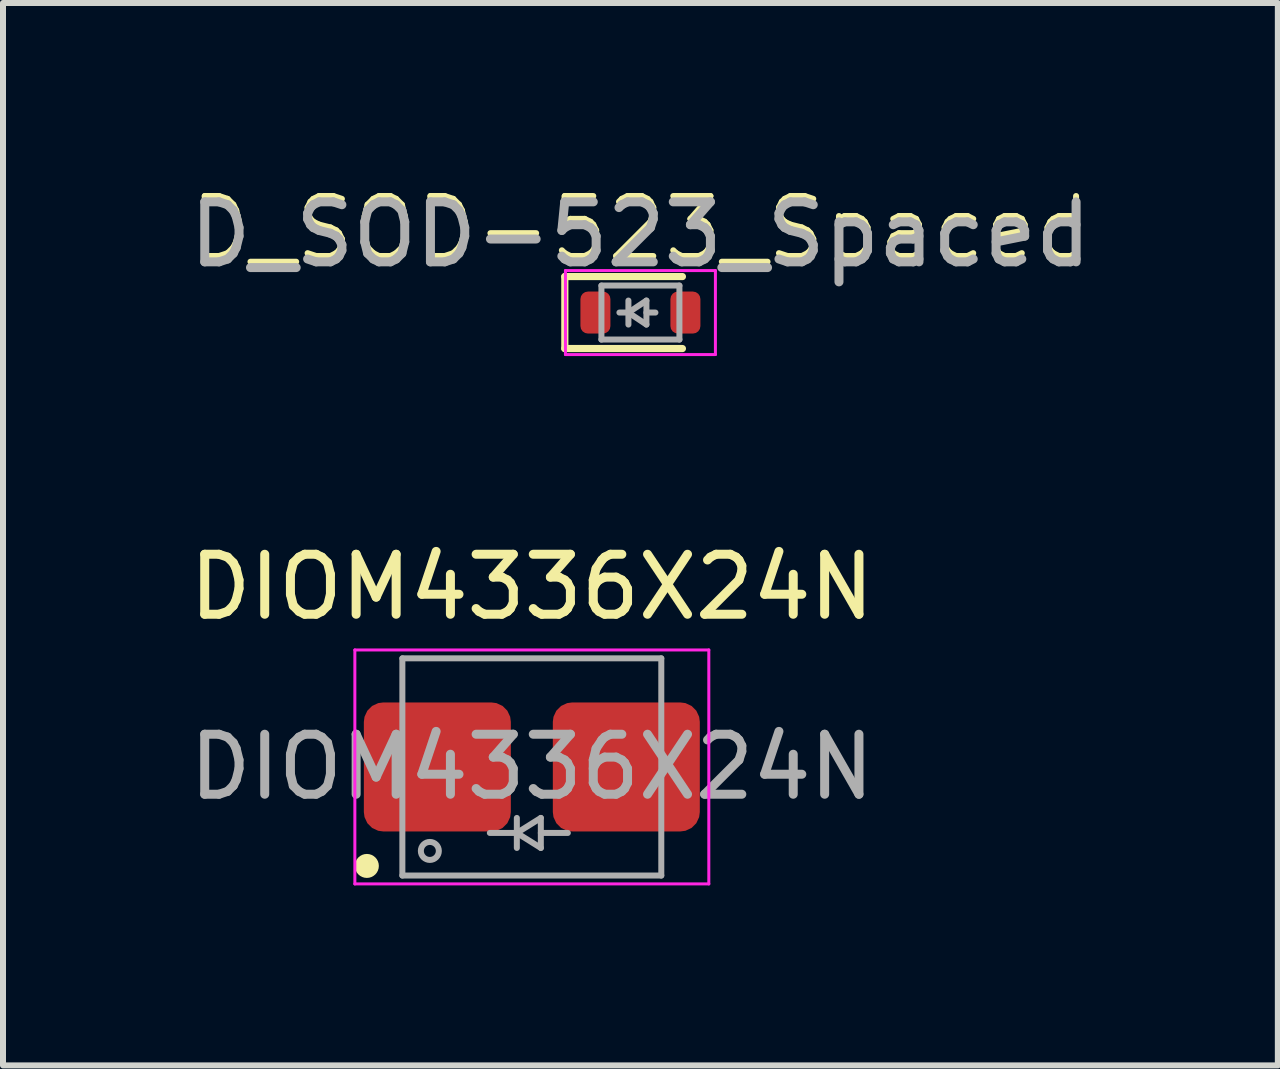
<source format=kicad_pcb>
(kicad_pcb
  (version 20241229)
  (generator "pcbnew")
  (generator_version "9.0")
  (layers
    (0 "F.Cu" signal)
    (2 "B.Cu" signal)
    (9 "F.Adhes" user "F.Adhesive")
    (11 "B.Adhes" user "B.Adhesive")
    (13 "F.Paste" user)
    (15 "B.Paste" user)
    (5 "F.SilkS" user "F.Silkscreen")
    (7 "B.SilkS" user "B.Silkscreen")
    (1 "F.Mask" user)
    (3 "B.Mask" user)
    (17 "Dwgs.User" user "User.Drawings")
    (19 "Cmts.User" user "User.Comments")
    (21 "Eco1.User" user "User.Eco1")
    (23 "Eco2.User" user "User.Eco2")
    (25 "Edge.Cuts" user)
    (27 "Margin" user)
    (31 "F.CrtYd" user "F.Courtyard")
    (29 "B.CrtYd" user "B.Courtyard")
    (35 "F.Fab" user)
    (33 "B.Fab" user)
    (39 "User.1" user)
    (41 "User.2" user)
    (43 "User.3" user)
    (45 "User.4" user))
  (footprint "DIOM4336X24N"
    (layer "F.Cu")
    (at 5.815 9.734)
    (property "Reference" "DIOM4336X24N" (at 0 -3 0) (layer "F.SilkS") (effects (font (size 1 1) (thickness 0.15))))
    (attr smd)
    (fp_circle (center -2.75 1.65) (end -2.6 1.65) (stroke (width 0.1) (type solid)) (fill yes) (layer "F.SilkS"))
    (fp_line (start -2.95 -1.95) (end 2.95 -1.95) (stroke (width 0.05) (type solid)) (layer "F.CrtYd"))
    (fp_line (start -2.95 1.95) (end -2.95 -1.95) (stroke (width 0.05) (type solid)) (layer "F.CrtYd"))
    (fp_line (start 2.95 -1.95) (end 2.95 1.95) (stroke (width 0.05) (type solid)) (layer "F.CrtYd"))
    (fp_line (start 2.95 1.95) (end -2.95 1.95) (stroke (width 0.05) (type solid)) (layer "F.CrtYd"))
    (fp_line (start -2.158 1.81) (end -2.158 -1.81) (stroke (width 0.1) (type solid)) (layer "F.Fab"))
    (fp_line (start -0.25 1.1) (end -0.7 1.1) (stroke (width 0.1) (type default)) (layer "F.Fab"))
    (fp_line (start -0.25 1.1) (end 0.15 0.85) (stroke (width 0.1) (type default)) (layer "F.Fab"))
    (fp_line (start -0.25 1.35) (end -0.25 0.85) (stroke (width 0.1) (type default)) (layer "F.Fab"))
    (fp_line (start 0.15 0.85) (end 0.15 1.35) (stroke (width 0.1) (type default)) (layer "F.Fab"))
    (fp_line (start 0.15 1.35) (end -0.25 1.1) (stroke (width 0.1) (type default)) (layer "F.Fab"))
    (fp_line (start 0.6 1.1) (end 0.15 1.1) (stroke (width 0.1) (type default)) (layer "F.Fab"))
    (fp_line (start 2.158 -1.81) (end -2.158 -1.81) (stroke (width 0.1) (type solid)) (layer "F.Fab"))
    (fp_line (start 2.158 -1.81) (end 2.158 1.81) (stroke (width 0.1) (type solid)) (layer "F.Fab"))
    (fp_line (start 2.158 1.81) (end -2.158 1.81) (stroke (width 0.1) (type solid)) (layer "F.Fab"))
    (fp_circle (center -1.7 1.4) (end -1.55 1.4) (stroke (width 0.1) (type solid)) (fill no) (layer "F.Fab"))
    (fp_text user "${REFERENCE}" (at 0 0 0) (layer "F.Fab") (effects (font (size 1 1) (thickness 0.15))))
    (pad "1" smd roundrect (at -1.575 0) (size 2.45 2.15) (layers "F.Cu" "F.Mask" "F.Paste") (roundrect_rratio 0.15))
    (pad "2" smd roundrect (at 1.575 0) (size 2.45 2.15) (layers "F.Cu" "F.Mask" "F.Paste") (roundrect_rratio 0.15)))
  (footprint "D_SOD-523_Spaced"
    (layer "F.Cu")
    (at 7.625 2.16)
    (property "Reference" "D_SOD-523_Spaced" (at 0 -1.4 0) (unlocked yes) (layer "F.SilkS") (effects (font (size 1 1) (thickness 0.1))))
    (attr smd)
    (fp_line (start -1.26 -0.6) (end -1.26 0.6) (stroke (width 0.12) (type solid)) (layer "F.SilkS"))
    (fp_line (start 0.7 -0.6) (end -1.26 -0.6) (stroke (width 0.12) (type solid)) (layer "F.SilkS"))
    (fp_line (start 0.7 0.6) (end -1.26 0.6) (stroke (width 0.12) (type solid)) (layer "F.SilkS"))
    (fp_line (start -1.25 -0.7) (end 1.25 -0.7) (stroke (width 0.05) (type solid)) (layer "F.CrtYd"))
    (fp_line (start -1.25 0.7) (end -1.25 -0.7) (stroke (width 0.05) (type solid)) (layer "F.CrtYd"))
    (fp_line (start 1.25 -0.7) (end 1.25 0.7) (stroke (width 0.05) (type solid)) (layer "F.CrtYd"))
    (fp_line (start 1.25 0.7) (end -1.25 0.7) (stroke (width 0.05) (type solid)) (layer "F.CrtYd"))
    (fp_line (start -0.65 -0.45) (end 0.65 -0.45) (stroke (width 0.1) (type solid)) (layer "F.Fab"))
    (fp_line (start -0.65 0.45) (end -0.65 -0.45) (stroke (width 0.1) (type solid)) (layer "F.Fab"))
    (fp_line (start -0.2 0) (end -0.35 0) (stroke (width 0.1) (type solid)) (layer "F.Fab"))
    (fp_line (start -0.2 0) (end 0.1 0.2) (stroke (width 0.1) (type solid)) (layer "F.Fab"))
    (fp_line (start -0.2 0.2) (end -0.2 -0.2) (stroke (width 0.1) (type solid)) (layer "F.Fab"))
    (fp_line (start 0.1 -0.2) (end -0.2 0) (stroke (width 0.1) (type solid)) (layer "F.Fab"))
    (fp_line (start 0.1 0) (end 0.25 0) (stroke (width 0.1) (type solid)) (layer "F.Fab"))
    (fp_line (start 0.1 0.2) (end 0.1 -0.2) (stroke (width 0.1) (type solid)) (layer "F.Fab"))
    (fp_line (start 0.65 -0.45) (end 0.65 0.45) (stroke (width 0.1) (type solid)) (layer "F.Fab"))
    (fp_line (start 0.65 0.45) (end -0.65 0.45) (stroke (width 0.1) (type solid)) (layer "F.Fab"))
    (fp_text user "${REFERENCE}" (at 0 -1.3 0) (layer "F.Fab") (effects (font (size 1 1) (thickness 0.15))))
    (pad "1" smd roundrect (at -0.75 0 180) (size 0.5 0.7) (layers "F.Cu" "F.Mask" "F.Paste") (roundrect_rratio 0.25))
    (pad "2" smd roundrect (at 0.75 0 180) (size 0.5 0.7) (layers "F.Cu" "F.Mask" "F.Paste") (roundrect_rratio 0.25)))
  (gr_rect
    (start -3 -3)
    (end 18.25 14.709)
    (stroke (width 0.1) (type default))
    (fill no)
    (layer "Edge.Cuts")))
</source>
